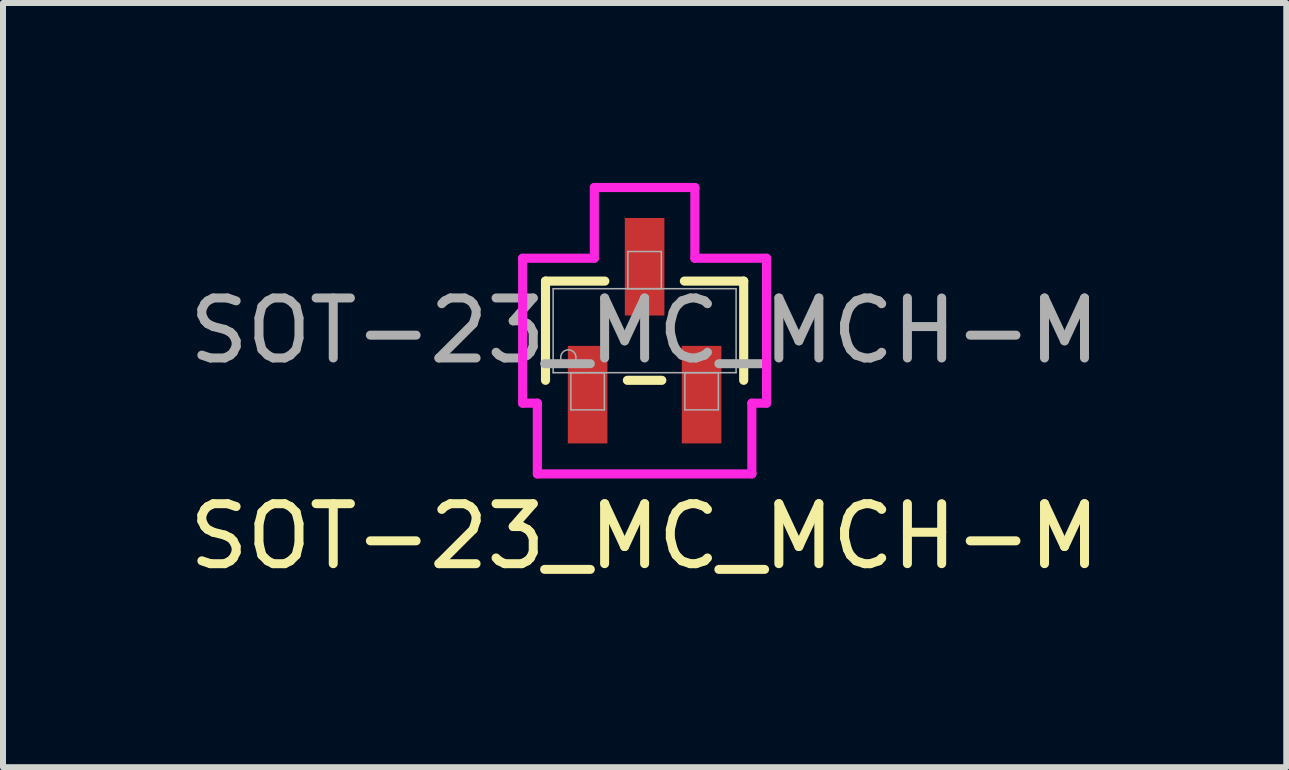
<source format=kicad_pcb>
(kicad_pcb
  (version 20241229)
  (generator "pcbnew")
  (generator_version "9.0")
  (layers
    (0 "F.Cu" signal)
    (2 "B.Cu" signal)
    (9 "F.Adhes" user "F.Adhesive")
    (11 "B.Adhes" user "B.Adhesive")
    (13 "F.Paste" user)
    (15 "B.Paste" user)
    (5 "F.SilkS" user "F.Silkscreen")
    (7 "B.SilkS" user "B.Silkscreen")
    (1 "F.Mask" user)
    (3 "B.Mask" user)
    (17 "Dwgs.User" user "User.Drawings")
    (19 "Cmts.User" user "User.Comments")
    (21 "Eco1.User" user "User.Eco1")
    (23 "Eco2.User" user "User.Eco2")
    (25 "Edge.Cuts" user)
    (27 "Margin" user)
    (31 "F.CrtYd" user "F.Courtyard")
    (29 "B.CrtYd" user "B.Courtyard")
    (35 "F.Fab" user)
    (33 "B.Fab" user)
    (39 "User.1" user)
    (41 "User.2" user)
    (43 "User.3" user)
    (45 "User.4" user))
  (footprint "SOT-23_MC_MCH-M"
    (layer "F.Cu")
    (at 7.696 2.463)
    (property "Reference" "SOT-23_MC_MCH-M" (at 0 3.429 0) (unlocked yes) (layer "F.SilkS") (effects (font (size 1 1) (thickness 0.15))))
    (attr smd)
    (fp_line (start -1.652 -0.827) (end -1.652 0.827) (stroke (width 0.152) (type solid)) (layer "F.SilkS"))
    (fp_line (start -0.663 -0.827) (end -1.652 -0.827) (stroke (width 0.152) (type solid)) (layer "F.SilkS"))
    (fp_line (start -0.287 0.827) (end 0.287 0.827) (stroke (width 0.152) (type solid)) (layer "F.SilkS"))
    (fp_line (start 1.652 -0.827) (end 0.663 -0.827) (stroke (width 0.152) (type solid)) (layer "F.SilkS"))
    (fp_line (start 1.652 0.827) (end 1.652 -0.827) (stroke (width 0.152) (type solid)) (layer "F.SilkS"))
    (fp_line (start -2.033 -1.208) (end -0.838 -1.208) (stroke (width 0.152) (type solid)) (layer "F.CrtYd"))
    (fp_line (start -2.033 1.208) (end -2.033 -1.208) (stroke (width 0.152) (type solid)) (layer "F.CrtYd"))
    (fp_line (start -2.033 1.208) (end -1.788 1.208) (stroke (width 0.152) (type solid)) (layer "F.CrtYd"))
    (fp_line (start -1.788 1.208) (end -1.788 2.387) (stroke (width 0.152) (type solid)) (layer "F.CrtYd"))
    (fp_line (start -1.788 2.387) (end 1.788 2.387) (stroke (width 0.152) (type solid)) (layer "F.CrtYd"))
    (fp_line (start -0.838 -2.387) (end 0.838 -2.387) (stroke (width 0.152) (type solid)) (layer "F.CrtYd"))
    (fp_line (start -0.838 -1.208) (end -0.838 -2.387) (stroke (width 0.152) (type solid)) (layer "F.CrtYd"))
    (fp_line (start 0.838 -1.208) (end 0.838 -2.387) (stroke (width 0.152) (type solid)) (layer "F.CrtYd"))
    (fp_line (start 1.788 1.208) (end 1.788 2.387) (stroke (width 0.152) (type solid)) (layer "F.CrtYd"))
    (fp_line (start 2.033 -1.208) (end 0.838 -1.208) (stroke (width 0.152) (type solid)) (layer "F.CrtYd"))
    (fp_line (start 2.033 -1.208) (end 2.033 1.208) (stroke (width 0.152) (type solid)) (layer "F.CrtYd"))
    (fp_line (start 2.033 1.208) (end 1.788 1.208) (stroke (width 0.152) (type solid)) (layer "F.CrtYd"))
    (fp_line (start -1.525 -0.7) (end -1.525 0.7) (stroke (width 0.025) (type solid)) (layer "F.Fab"))
    (fp_line (start -1.525 0.7) (end 1.525 0.7) (stroke (width 0.025) (type solid)) (layer "F.Fab"))
    (fp_line (start -1.229 0.7) (end -1.229 1.32) (stroke (width 0.025) (type solid)) (layer "F.Fab"))
    (fp_line (start -1.229 1.32) (end -0.671 1.32) (stroke (width 0.025) (type solid)) (layer "F.Fab"))
    (fp_line (start -0.671 0.7) (end -1.229 0.7) (stroke (width 0.025) (type solid)) (layer "F.Fab"))
    (fp_line (start -0.671 1.32) (end -0.671 0.7) (stroke (width 0.025) (type solid)) (layer "F.Fab"))
    (fp_line (start -0.279 -1.32) (end -0.279 -0.7) (stroke (width 0.025) (type solid)) (layer "F.Fab"))
    (fp_line (start -0.279 -0.7) (end 0.279 -0.7) (stroke (width 0.025) (type solid)) (layer "F.Fab"))
    (fp_line (start 0.279 -1.32) (end -0.279 -1.32) (stroke (width 0.025) (type solid)) (layer "F.Fab"))
    (fp_line (start 0.279 -0.7) (end 0.279 -1.32) (stroke (width 0.025) (type solid)) (layer "F.Fab"))
    (fp_line (start 0.671 0.7) (end 0.671 1.32) (stroke (width 0.025) (type solid)) (layer "F.Fab"))
    (fp_line (start 0.671 1.32) (end 1.229 1.32) (stroke (width 0.025) (type solid)) (layer "F.Fab"))
    (fp_line (start 1.229 0.7) (end 0.671 0.7) (stroke (width 0.025) (type solid)) (layer "F.Fab"))
    (fp_line (start 1.229 1.32) (end 1.229 0.7) (stroke (width 0.025) (type solid)) (layer "F.Fab"))
    (fp_line (start 1.525 -0.7) (end -1.525 -0.7) (stroke (width 0.025) (type solid)) (layer "F.Fab"))
    (fp_line (start 1.525 0.7) (end 1.525 -0.7) (stroke (width 0.025) (type solid)) (layer "F.Fab"))
    (fp_circle (center -1.271 0.446) (end -1.144 0.446) (stroke (width 0.025) (type solid)) (fill no) (layer "F.Fab"))
    (fp_text user "${REFERENCE}" (at 0 0 0) (unlocked yes) (layer "F.Fab") (effects (font (size 1 1) (thickness 0.15))))
    (pad "1" smd rect (at -0.95 1.066) (size 0.66 1.626) (layers "F.Cu" "F.Mask" "F.Paste"))
    (pad "2" smd rect (at 0.95 1.066) (size 0.66 1.626) (layers "F.Cu" "F.Mask" "F.Paste"))
    (pad "3" smd rect (at 0 -1.066) (size 0.66 1.626) (layers "F.Cu" "F.Mask" "F.Paste")))
  (gr_rect
    (start -3 -3)
    (end 18.393 9.74)
    (stroke (width 0.1) (type default))
    (fill no)
    (layer "Edge.Cuts")))
</source>
